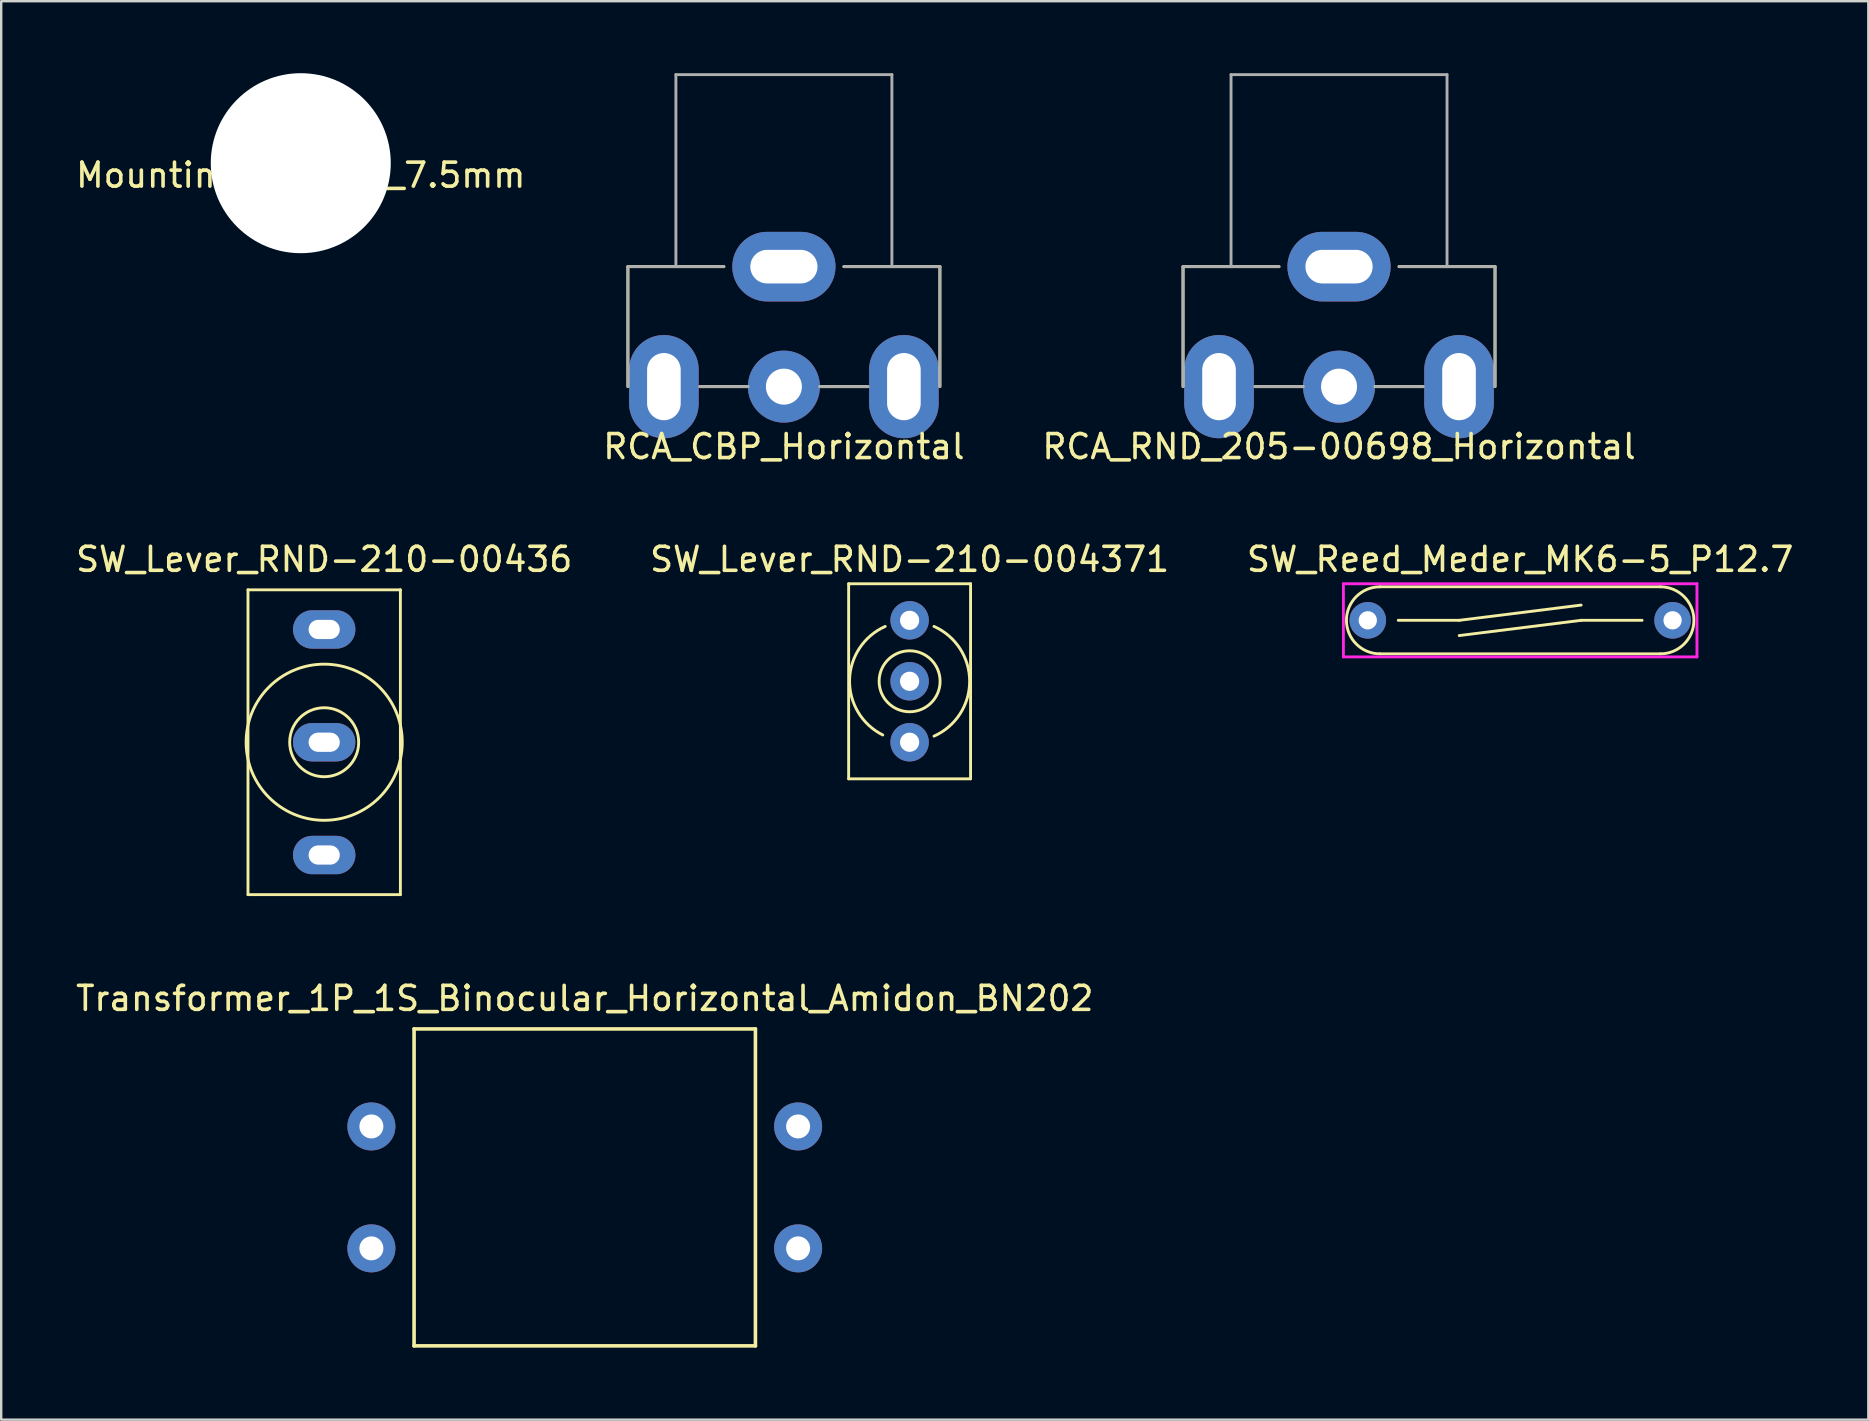
<source format=kicad_pcb>
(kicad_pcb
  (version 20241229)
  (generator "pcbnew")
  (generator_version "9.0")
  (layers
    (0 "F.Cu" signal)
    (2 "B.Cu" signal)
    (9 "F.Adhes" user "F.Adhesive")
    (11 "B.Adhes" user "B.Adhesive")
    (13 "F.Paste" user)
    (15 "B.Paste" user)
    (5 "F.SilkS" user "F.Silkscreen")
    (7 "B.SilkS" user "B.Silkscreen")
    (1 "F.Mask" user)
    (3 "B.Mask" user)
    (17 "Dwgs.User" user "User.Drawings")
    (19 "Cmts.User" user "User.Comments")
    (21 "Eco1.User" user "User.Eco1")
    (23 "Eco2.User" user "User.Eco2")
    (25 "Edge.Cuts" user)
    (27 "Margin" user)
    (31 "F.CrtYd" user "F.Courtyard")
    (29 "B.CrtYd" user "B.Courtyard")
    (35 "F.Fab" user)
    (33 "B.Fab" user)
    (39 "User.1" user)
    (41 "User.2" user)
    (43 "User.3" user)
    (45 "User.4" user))
  (footprint "SW_Lever_RND-210-00436"
    (layer "F.Cu")
    (at 10.458 27.877)
    (property "Reference" "SW_Lever_RND-210-00436" (at 0 -7.62 0) (layer "F.SilkS") (effects (font (size 1 1) (thickness 0.15))))
    (attr through_hole)
    (fp_line (start -3.175 -6.35) (end -3.175 6.35) (stroke (width 0.12) (type solid)) (layer "F.SilkS"))
    (fp_line (start -3.175 -6.35) (end 3.175 -6.35) (stroke (width 0.12) (type solid)) (layer "F.SilkS"))
    (fp_line (start -3.175 6.35) (end 3.175 6.35) (stroke (width 0.12) (type solid)) (layer "F.SilkS"))
    (fp_line (start 3.175 -6.35) (end 3.175 6.35) (stroke (width 0.12) (type solid)) (layer "F.SilkS"))
    (fp_circle (center 0 0) (end 1.016 -1.016) (stroke (width 0.12) (type solid)) (fill no) (layer "F.SilkS"))
    (fp_circle (center 0 0) (end 2.54 -2.032) (stroke (width 0.12) (type solid)) (fill no) (layer "F.SilkS"))
    (pad "1" thru_hole oval (at 0 -4.7) (size 2.6 1.6) (drill oval 1.3 0.8) (layers "*.Cu" "*.Mask"))
    (pad "2" thru_hole oval (at 0 0) (size 2.6 1.6) (drill oval 1.3 0.8) (layers "*.Cu" "*.Mask"))
    (pad "3" thru_hole oval (at 0 4.7) (size 2.6 1.6) (drill oval 1.3 0.8) (layers "*.Cu" "*.Mask")))
  (footprint "MountingHole_M7_7.5mm"
    (layer "F.Cu")
    (at 9.482 3.75)
    (property "Reference" "MountingHole_M7_7.5mm" (at 0 0.5 0) (layer "F.SilkS") (effects (font (size 1 1) (thickness 0.15))))
    (attr through_hole)
    (pad "" np_thru_hole circle (at 0 0) (size 7.5 7.5) (drill 7.5) (layers "*.Cu" "*.Mask")))
  (footprint "Transformer_1P_1S_Binocular_Horizontal_Amidon_BN202"
    (layer "F.Cu")
    (at 21.315 37.536)
    (property "Reference" "Transformer_1P_1S_Binocular_Horizontal_Amidon_BN202" (at 0 1.016 0) (layer "F.SilkS") (effects (font (size 1 1) (thickness 0.15))))
    (attr through_hole)
    (fp_line (start -7.112 2.286) (end 7.112 2.286) (stroke (width 0.15) (type solid)) (layer "F.SilkS"))
    (fp_line (start -7.112 15.494) (end -7.112 2.286) (stroke (width 0.15) (type solid)) (layer "F.SilkS"))
    (fp_line (start 7.112 2.286) (end 7.112 15.494) (stroke (width 0.15) (type solid)) (layer "F.SilkS"))
    (fp_line (start 7.112 15.494) (end -7.112 15.494) (stroke (width 0.15) (type solid)) (layer "F.SilkS"))
    (pad "1" thru_hole circle (at -8.89 6.35) (size 2 2) (drill 1) (layers "*.Cu" "*.Mask"))
    (pad "2" thru_hole circle (at -8.89 11.43) (size 2 2) (drill 1) (layers "*.Cu" "*.Mask"))
    (pad "3" thru_hole circle (at 8.89 11.43) (size 2 2) (drill 1) (layers "*.Cu" "*.Mask"))
    (pad "4" thru_hole circle (at 8.89 6.35) (size 2 2) (drill 1) (layers "*.Cu" "*.Mask")))
  (footprint "SW_Lever_RND-210-004371"
    (layer "F.Cu")
    (at 34.851 25.337)
    (property "Reference" "SW_Lever_RND-210-004371" (at 0 -5.08 0) (layer "F.SilkS") (effects (font (size 1 1) (thickness 0.15))))
    (attr through_hole)
    (fp_line (start -2.54 -4.064) (end 2.54 -4.064) (stroke (width 0.12) (type solid)) (layer "F.SilkS"))
    (fp_line (start -2.54 4.064) (end -2.54 -4.064) (stroke (width 0.12) (type solid)) (layer "F.SilkS"))
    (fp_line (start 2.54 -4.064) (end 2.54 4.064) (stroke (width 0.12) (type solid)) (layer "F.SilkS"))
    (fp_line (start 2.54 4.064) (end -2.54 4.064) (stroke (width 0.12) (type solid)) (layer "F.SilkS"))
    (fp_arc (start -1.118754 2.237506) (mid -2.500963 -0.056811) (end -1.015999 -2.285999) (stroke (width 0.12) (type solid)) (layer "F.SilkS"))
    (fp_arc (start 1.016 -2.285999) (mid 2.501609 0) (end 1.015999 2.285999) (stroke (width 0.12) (type solid)) (layer "F.SilkS"))
    (fp_circle (center 0 0) (end 1.27 0) (stroke (width 0.12) (type solid)) (fill no) (layer "F.SilkS"))
    (pad "1" thru_hole circle (at 0 -2.54) (size 1.6 1.6) (drill 0.8) (layers "*.Cu" "*.Mask"))
    (pad "2" thru_hole circle (at 0 0) (size 1.6 1.6) (drill 0.8) (layers "*.Cu" "*.Mask"))
    (pad "3" thru_hole circle (at 0 2.54) (size 1.6 1.6) (drill 0.8) (layers "*.Cu" "*.Mask")))
  (footprint "RCA_RND_205-00698_Horizontal"
    (layer "F.Cu")
    (at 52.744 13.06)
    (property "Reference" "RCA_RND_205-00698_Horizontal" (at 0 2.5 0) (layer "F.SilkS") (effects (font (size 1 1) (thickness 0.15))))
    (attr through_hole)
    (fp_line (start -6.5 -5) (end -2.5 -5) (stroke (width 0.12) (type solid)) (layer "F.SilkS"))
    (fp_line (start -6.5 0) (end -6.5 -5) (stroke (width 0.12) (type solid)) (layer "F.SilkS"))
    (fp_line (start -1.5 0) (end -3.5 0) (stroke (width 0.12) (type solid)) (layer "F.SilkS"))
    (fp_line (start 2 0) (end 1.5 0) (stroke (width 0.12) (type solid)) (layer "F.SilkS"))
    (fp_line (start 2.5 -5) (end 6.5 -5) (stroke (width 0.12) (type solid)) (layer "F.SilkS"))
    (fp_line (start 3.5 0) (end 2 0) (stroke (width 0.12) (type solid)) (layer "F.SilkS"))
    (fp_line (start 6.5 -5) (end 6.5 0) (stroke (width 0.12) (type solid)) (layer "F.SilkS"))
    (fp_line (start -6.5 -5) (end -2.5 -5) (stroke (width 0.12) (type solid)) (layer "F.Fab"))
    (fp_line (start -6.5 0) (end -6.5 -5) (stroke (width 0.12) (type solid)) (layer "F.Fab"))
    (fp_line (start -4.5 -13) (end 4.5 -13) (stroke (width 0.12) (type solid)) (layer "F.Fab"))
    (fp_line (start -4.5 -5) (end -4.5 -13) (stroke (width 0.12) (type solid)) (layer "F.Fab"))
    (fp_line (start -1.5 0) (end -3.5 0) (stroke (width 0.12) (type solid)) (layer "F.Fab"))
    (fp_line (start 2.5 -5) (end 6.5 -5) (stroke (width 0.12) (type solid)) (layer "F.Fab"))
    (fp_line (start 3.5 0) (end 1.5 0) (stroke (width 0.12) (type solid)) (layer "F.Fab"))
    (fp_line (start 4.5 -13) (end 4.5 -5) (stroke (width 0.12) (type solid)) (layer "F.Fab"))
    (fp_line (start 6.5 -5) (end 6.5 0) (stroke (width 0.12) (type solid)) (layer "F.Fab"))
    (pad "1" thru_hole circle (at 0 0) (size 3 3) (drill 1.5) (layers "*.Cu" "*.Mask"))
    (pad "2" thru_hole oval (at -5 0) (size 2.9 4.3) (drill oval 1.4 2.8) (layers "*.Cu" "*.Mask"))
    (pad "2" thru_hole oval (at 0 -5 90) (size 2.9 4.3) (drill oval 1.4 2.8) (layers "*.Cu" "*.Mask"))
    (pad "2" thru_hole oval (at 5 0) (size 2.9 4.3) (drill oval 1.4 2.8) (layers "*.Cu" "*.Mask")))
  (footprint "RCA_CBP_Horizontal"
    (layer "F.Cu")
    (at 29.613 13.06)
    (property "Reference" "RCA_CBP_Horizontal" (at 0 2.5 0) (layer "F.SilkS") (effects (font (size 1 1) (thickness 0.15))))
    (attr through_hole)
    (fp_line (start -6.5 -5) (end -2.5 -5) (stroke (width 0.12) (type solid)) (layer "F.SilkS"))
    (fp_line (start -6.5 0) (end -6.5 -5) (stroke (width 0.12) (type solid)) (layer "F.SilkS"))
    (fp_line (start -1.5 0) (end -3.5 0) (stroke (width 0.12) (type solid)) (layer "F.SilkS"))
    (fp_line (start 2 0) (end 1.5 0) (stroke (width 0.12) (type solid)) (layer "F.SilkS"))
    (fp_line (start 2.5 -5) (end 6.5 -5) (stroke (width 0.12) (type solid)) (layer "F.SilkS"))
    (fp_line (start 3.5 0) (end 2 0) (stroke (width 0.12) (type solid)) (layer "F.SilkS"))
    (fp_line (start 6.5 -5) (end 6.5 0) (stroke (width 0.12) (type solid)) (layer "F.SilkS"))
    (fp_line (start -6.5 -5) (end -2.5 -5) (stroke (width 0.12) (type solid)) (layer "F.Fab"))
    (fp_line (start -6.5 0) (end -6.5 -5) (stroke (width 0.12) (type solid)) (layer "F.Fab"))
    (fp_line (start -4.5 -13) (end 4.5 -13) (stroke (width 0.12) (type solid)) (layer "F.Fab"))
    (fp_line (start -4.5 -5) (end -4.5 -13) (stroke (width 0.12) (type solid)) (layer "F.Fab"))
    (fp_line (start -1.5 0) (end -3.5 0) (stroke (width 0.12) (type solid)) (layer "F.Fab"))
    (fp_line (start 2.5 -5) (end 6.5 -5) (stroke (width 0.12) (type solid)) (layer "F.Fab"))
    (fp_line (start 3.5 0) (end 1.5 0) (stroke (width 0.12) (type solid)) (layer "F.Fab"))
    (fp_line (start 4.5 -13) (end 4.5 -5) (stroke (width 0.12) (type solid)) (layer "F.Fab"))
    (fp_line (start 6.5 -5) (end 6.5 0) (stroke (width 0.12) (type solid)) (layer "F.Fab"))
    (pad "1" thru_hole oval (at -5 0) (size 2.9 4.3) (drill oval 1.4 2.8) (layers "*.Cu" "*.Mask"))
    (pad "1" thru_hole oval (at 0 -5 90) (size 2.9 4.3) (drill oval 1.4 2.8) (layers "*.Cu" "*.Mask"))
    (pad "3" thru_hole oval (at 5 0) (size 2.9 4.3) (drill oval 1.4 2.8) (layers "*.Cu" "*.Mask"))
    (pad "4" thru_hole circle (at 0 0) (size 3 3) (drill 1.5) (layers "*.Cu" "*.Mask")))
  (footprint "SW_Reed_Meder_MK6-5_P12.7"
    (layer "F.Cu")
    (at 60.292 22.797)
    (property "Reference" "SW_Reed_Meder_MK6-5_P12.7" (at 0 -2.54 0) (layer "F.SilkS") (effects (font (size 1 1) (thickness 0.15))))
    (attr through_hole)
    (fp_line (start -5.842 -1.397) (end 5.842 -1.397) (stroke (width 0.12) (type solid)) (layer "F.SilkS"))
    (fp_line (start -5.842 1.397) (end 5.842 1.397) (stroke (width 0.12) (type solid)) (layer "F.SilkS"))
    (fp_line (start -5.08 0) (end -2.54 0) (stroke (width 0.12) (type solid)) (layer "F.SilkS"))
    (fp_line (start -2.54 0) (end 2.54 -0.635) (stroke (width 0.12) (type solid)) (layer "F.SilkS"))
    (fp_line (start -2.54 0.635) (end 2.54 0) (stroke (width 0.12) (type solid)) (layer "F.SilkS"))
    (fp_line (start 2.54 0) (end 5.08 0) (stroke (width 0.12) (type solid)) (layer "F.SilkS"))
    (fp_arc (start -5.842 1.397) (mid -7.239 0) (end -5.842 -1.397) (stroke (width 0.12) (type solid)) (layer "F.SilkS"))
    (fp_arc (start 5.842 -1.397) (mid 7.239 0) (end 5.842 1.397) (stroke (width 0.12) (type solid)) (layer "F.SilkS"))
    (fp_line (start -7.366 -1.524) (end -7.366 1.524) (stroke (width 0.12) (type solid)) (layer "F.CrtYd"))
    (fp_line (start -7.366 1.524) (end 7.366 1.524) (stroke (width 0.12) (type solid)) (layer "F.CrtYd"))
    (fp_line (start 7.366 -1.524) (end -7.366 -1.524) (stroke (width 0.12) (type solid)) (layer "F.CrtYd"))
    (fp_line (start 7.366 1.524) (end 7.366 -1.524) (stroke (width 0.12) (type solid)) (layer "F.CrtYd"))
    (pad "1" thru_hole circle (at -6.35 0) (size 1.524 1.524) (drill 0.762) (layers "*.Cu" "*.Mask"))
    (pad "2" thru_hole circle (at 6.35 0) (size 1.524 1.524) (drill 0.762) (layers "*.Cu" "*.Mask")))
  (gr_rect
    (start -3 -3)
    (end 74.798 56.105)
    (stroke (width 0.1) (type default))
    (fill no)
    (layer "Edge.Cuts")))
</source>
